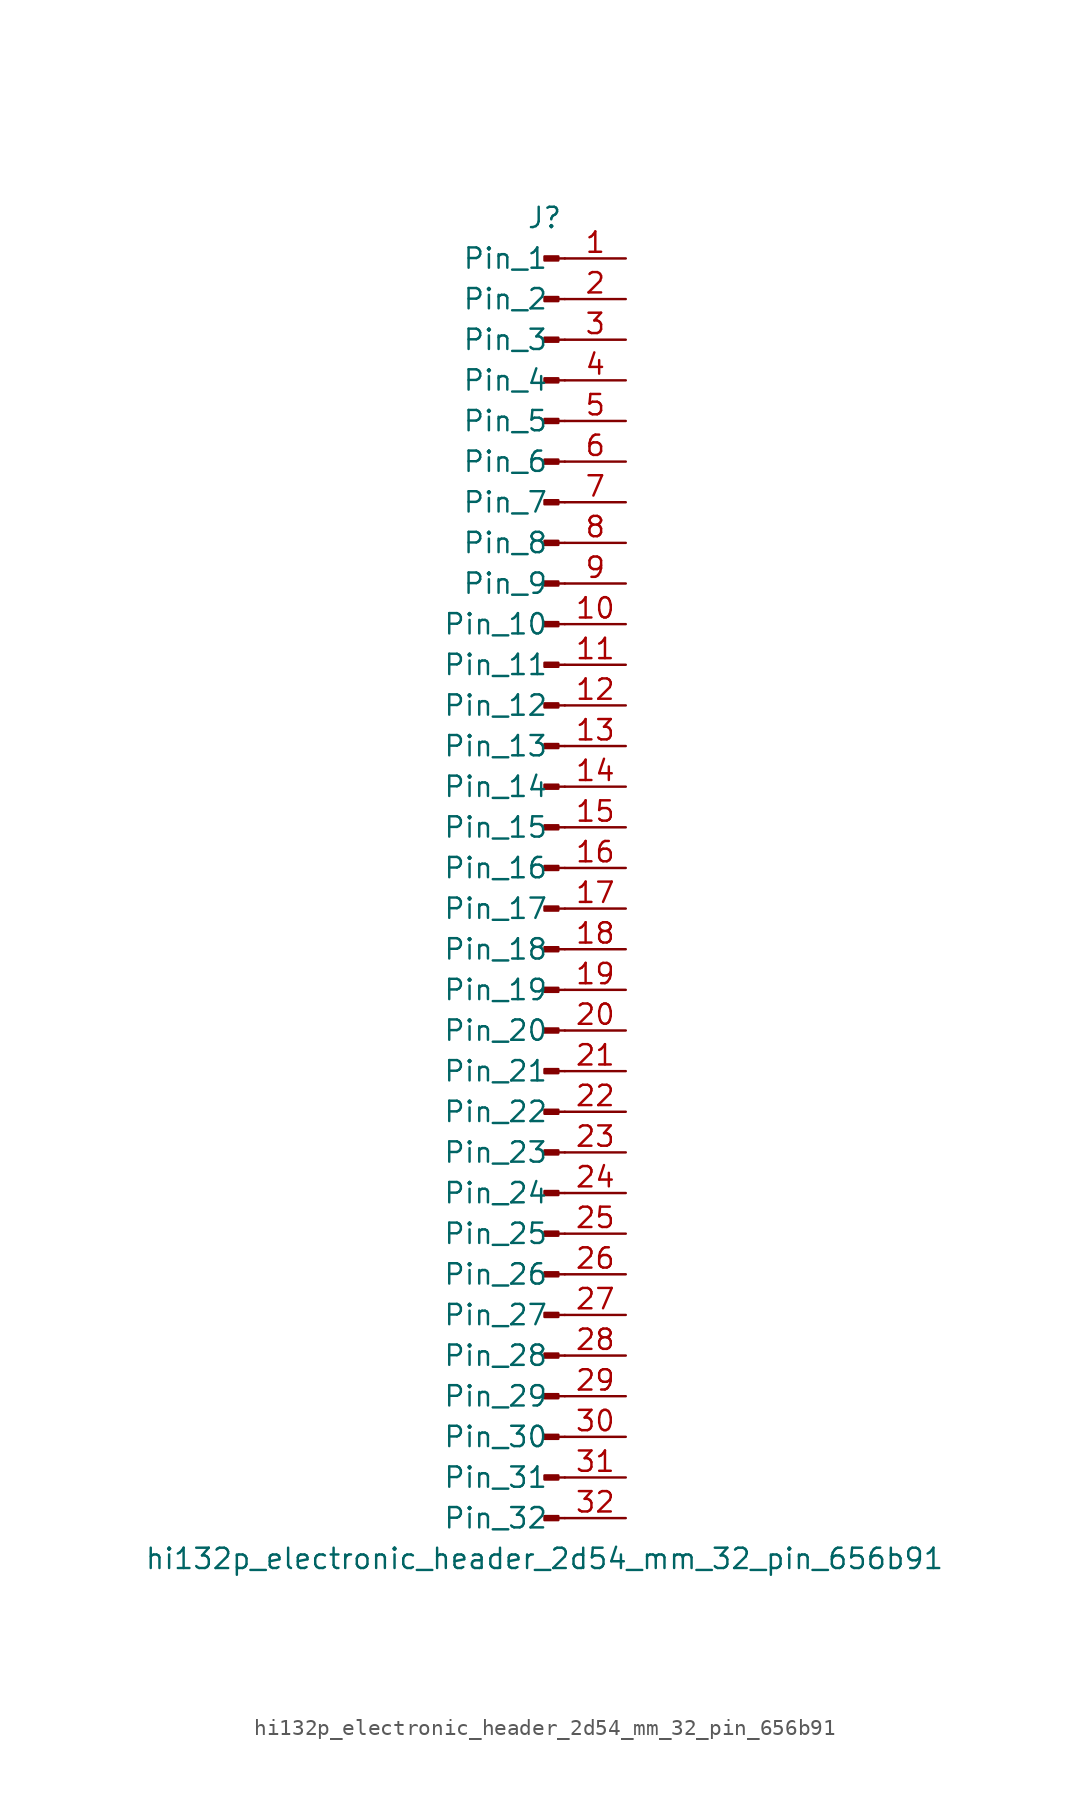
<source format=kicad_sym>
(kicad_symbol_lib
  (version 20220914)
  (generator kicad_symbol_editor)
  (symbol "hi132p_electronic_header_2d54_mm_32_pin_656b91"
    (pin_names
      (offset 1.016))
    (property "Reference" "J"
      (at 0 40.64 0)
      (effects (font (size 1.27 1.27))))
    (property "Value" "hi132p_electronic_header_2d54_mm_32_pin_656b91"
      (at 0 -43.18 0)
      (effects (font (size 1.27 1.27))))
    (property "ki_locked" ""
      (at 0 0 0)
      (effects (font (size 1.27 1.27))))
    (symbol "hi132p_electronic_header_2d54_mm_32_pin_656b91_1_1"
      (polyline (pts (xy 1.27 -40.64) (xy 0.864 -40.64)) (stroke (width 0.152) (type default)) (fill (type none)))
      (polyline (pts (xy 1.27 -38.1) (xy 0.864 -38.1)) (stroke (width 0.152) (type default)) (fill (type none)))
      (polyline (pts (xy 1.27 -35.56) (xy 0.864 -35.56)) (stroke (width 0.152) (type default)) (fill (type none)))
      (polyline (pts (xy 1.27 -33.02) (xy 0.864 -33.02)) (stroke (width 0.152) (type default)) (fill (type none)))
      (polyline (pts (xy 1.27 -30.48) (xy 0.864 -30.48)) (stroke (width 0.152) (type default)) (fill (type none)))
      (polyline (pts (xy 1.27 -27.94) (xy 0.864 -27.94)) (stroke (width 0.152) (type default)) (fill (type none)))
      (polyline (pts (xy 1.27 -25.4) (xy 0.864 -25.4)) (stroke (width 0.152) (type default)) (fill (type none)))
      (polyline (pts (xy 1.27 -22.86) (xy 0.864 -22.86)) (stroke (width 0.152) (type default)) (fill (type none)))
      (polyline (pts (xy 1.27 -20.32) (xy 0.864 -20.32)) (stroke (width 0.152) (type default)) (fill (type none)))
      (polyline (pts (xy 1.27 -17.78) (xy 0.864 -17.78)) (stroke (width 0.152) (type default)) (fill (type none)))
      (polyline (pts (xy 1.27 -15.24) (xy 0.864 -15.24)) (stroke (width 0.152) (type default)) (fill (type none)))
      (polyline (pts (xy 1.27 -12.7) (xy 0.864 -12.7)) (stroke (width 0.152) (type default)) (fill (type none)))
      (polyline (pts (xy 1.27 -10.16) (xy 0.864 -10.16)) (stroke (width 0.152) (type default)) (fill (type none)))
      (polyline (pts (xy 1.27 -7.62) (xy 0.864 -7.62)) (stroke (width 0.152) (type default)) (fill (type none)))
      (polyline (pts (xy 1.27 -5.08) (xy 0.864 -5.08)) (stroke (width 0.152) (type default)) (fill (type none)))
      (polyline (pts (xy 1.27 -2.54) (xy 0.864 -2.54)) (stroke (width 0.152) (type default)) (fill (type none)))
      (polyline (pts (xy 1.27 0) (xy 0.864 0)) (stroke (width 0.152) (type default)) (fill (type none)))
      (polyline (pts (xy 1.27 2.54) (xy 0.864 2.54)) (stroke (width 0.152) (type default)) (fill (type none)))
      (polyline (pts (xy 1.27 5.08) (xy 0.864 5.08)) (stroke (width 0.152) (type default)) (fill (type none)))
      (polyline (pts (xy 1.27 7.62) (xy 0.864 7.62)) (stroke (width 0.152) (type default)) (fill (type none)))
      (polyline (pts (xy 1.27 10.16) (xy 0.864 10.16)) (stroke (width 0.152) (type default)) (fill (type none)))
      (polyline (pts (xy 1.27 12.7) (xy 0.864 12.7)) (stroke (width 0.152) (type default)) (fill (type none)))
      (polyline (pts (xy 1.27 15.24) (xy 0.864 15.24)) (stroke (width 0.152) (type default)) (fill (type none)))
      (polyline (pts (xy 1.27 17.78) (xy 0.864 17.78)) (stroke (width 0.152) (type default)) (fill (type none)))
      (polyline (pts (xy 1.27 20.32) (xy 0.864 20.32)) (stroke (width 0.152) (type default)) (fill (type none)))
      (polyline (pts (xy 1.27 22.86) (xy 0.864 22.86)) (stroke (width 0.152) (type default)) (fill (type none)))
      (polyline (pts (xy 1.27 25.4) (xy 0.864 25.4)) (stroke (width 0.152) (type default)) (fill (type none)))
      (polyline (pts (xy 1.27 27.94) (xy 0.864 27.94)) (stroke (width 0.152) (type default)) (fill (type none)))
      (polyline (pts (xy 1.27 30.48) (xy 0.864 30.48)) (stroke (width 0.152) (type default)) (fill (type none)))
      (polyline (pts (xy 1.27 33.02) (xy 0.864 33.02)) (stroke (width 0.152) (type default)) (fill (type none)))
      (polyline (pts (xy 1.27 35.56) (xy 0.864 35.56)) (stroke (width 0.152) (type default)) (fill (type none)))
      (polyline (pts (xy 1.27 38.1) (xy 0.864 38.1)) (stroke (width 0.152) (type default)) (fill (type none)))
      (rectangle (start 0.864 -40.513) (end 0 -40.767) (stroke (width 0.152) (type default)) (fill (type outline)))
      (rectangle (start 0.864 -37.973) (end 0 -38.227) (stroke (width 0.152) (type default)) (fill (type outline)))
      (rectangle (start 0.864 -35.433) (end 0 -35.687) (stroke (width 0.152) (type default)) (fill (type outline)))
      (rectangle (start 0.864 -32.893) (end 0 -33.147) (stroke (width 0.152) (type default)) (fill (type outline)))
      (rectangle (start 0.864 -30.353) (end 0 -30.607) (stroke (width 0.152) (type default)) (fill (type outline)))
      (rectangle (start 0.864 -27.813) (end 0 -28.067) (stroke (width 0.152) (type default)) (fill (type outline)))
      (rectangle (start 0.864 -25.273) (end 0 -25.527) (stroke (width 0.152) (type default)) (fill (type outline)))
      (rectangle (start 0.864 -22.733) (end 0 -22.987) (stroke (width 0.152) (type default)) (fill (type outline)))
      (rectangle (start 0.864 -20.193) (end 0 -20.447) (stroke (width 0.152) (type default)) (fill (type outline)))
      (rectangle (start 0.864 -17.653) (end 0 -17.907) (stroke (width 0.152) (type default)) (fill (type outline)))
      (rectangle (start 0.864 -15.113) (end 0 -15.367) (stroke (width 0.152) (type default)) (fill (type outline)))
      (rectangle (start 0.864 -12.573) (end 0 -12.827) (stroke (width 0.152) (type default)) (fill (type outline)))
      (rectangle (start 0.864 -10.033) (end 0 -10.287) (stroke (width 0.152) (type default)) (fill (type outline)))
      (rectangle (start 0.864 -7.493) (end 0 -7.747) (stroke (width 0.152) (type default)) (fill (type outline)))
      (rectangle (start 0.864 -4.953) (end 0 -5.207) (stroke (width 0.152) (type default)) (fill (type outline)))
      (rectangle (start 0.864 -2.413) (end 0 -2.667) (stroke (width 0.152) (type default)) (fill (type outline)))
      (rectangle (start 0.864 0.127) (end 0 -0.127) (stroke (width 0.152) (type default)) (fill (type outline)))
      (rectangle (start 0.864 2.667) (end 0 2.413) (stroke (width 0.152) (type default)) (fill (type outline)))
      (rectangle (start 0.864 5.207) (end 0 4.953) (stroke (width 0.152) (type default)) (fill (type outline)))
      (rectangle (start 0.864 7.747) (end 0 7.493) (stroke (width 0.152) (type default)) (fill (type outline)))
      (rectangle (start 0.864 10.287) (end 0 10.033) (stroke (width 0.152) (type default)) (fill (type outline)))
      (rectangle (start 0.864 12.827) (end 0 12.573) (stroke (width 0.152) (type default)) (fill (type outline)))
      (rectangle (start 0.864 15.367) (end 0 15.113) (stroke (width 0.152) (type default)) (fill (type outline)))
      (rectangle (start 0.864 17.907) (end 0 17.653) (stroke (width 0.152) (type default)) (fill (type outline)))
      (rectangle (start 0.864 20.447) (end 0 20.193) (stroke (width 0.152) (type default)) (fill (type outline)))
      (rectangle (start 0.864 22.987) (end 0 22.733) (stroke (width 0.152) (type default)) (fill (type outline)))
      (rectangle (start 0.864 25.527) (end 0 25.273) (stroke (width 0.152) (type default)) (fill (type outline)))
      (rectangle (start 0.864 28.067) (end 0 27.813) (stroke (width 0.152) (type default)) (fill (type outline)))
      (rectangle (start 0.864 30.607) (end 0 30.353) (stroke (width 0.152) (type default)) (fill (type outline)))
      (rectangle (start 0.864 33.147) (end 0 32.893) (stroke (width 0.152) (type default)) (fill (type outline)))
      (rectangle (start 0.864 35.687) (end 0 35.433) (stroke (width 0.152) (type default)) (fill (type outline)))
      (rectangle (start 0.864 38.227) (end 0 37.973) (stroke (width 0.152) (type default)) (fill (type outline)))
      (pin passive line (at 5.08 38.1 180) (length 3.81) (name "Pin_1" (effects (font (size 1.27 1.27)))) (number "1" (effects (font (size 1.27 1.27)))))
      (pin passive line (at 5.08 15.24 180) (length 3.81) (name "Pin_10" (effects (font (size 1.27 1.27)))) (number "10" (effects (font (size 1.27 1.27)))))
      (pin passive line (at 5.08 12.7 180) (length 3.81) (name "Pin_11" (effects (font (size 1.27 1.27)))) (number "11" (effects (font (size 1.27 1.27)))))
      (pin passive line (at 5.08 10.16 180) (length 3.81) (name "Pin_12" (effects (font (size 1.27 1.27)))) (number "12" (effects (font (size 1.27 1.27)))))
      (pin passive line (at 5.08 7.62 180) (length 3.81) (name "Pin_13" (effects (font (size 1.27 1.27)))) (number "13" (effects (font (size 1.27 1.27)))))
      (pin passive line (at 5.08 5.08 180) (length 3.81) (name "Pin_14" (effects (font (size 1.27 1.27)))) (number "14" (effects (font (size 1.27 1.27)))))
      (pin passive line (at 5.08 2.54 180) (length 3.81) (name "Pin_15" (effects (font (size 1.27 1.27)))) (number "15" (effects (font (size 1.27 1.27)))))
      (pin passive line (at 5.08 0 180) (length 3.81) (name "Pin_16" (effects (font (size 1.27 1.27)))) (number "16" (effects (font (size 1.27 1.27)))))
      (pin passive line (at 5.08 -2.54 180) (length 3.81) (name "Pin_17" (effects (font (size 1.27 1.27)))) (number "17" (effects (font (size 1.27 1.27)))))
      (pin passive line (at 5.08 -5.08 180) (length 3.81) (name "Pin_18" (effects (font (size 1.27 1.27)))) (number "18" (effects (font (size 1.27 1.27)))))
      (pin passive line (at 5.08 -7.62 180) (length 3.81) (name "Pin_19" (effects (font (size 1.27 1.27)))) (number "19" (effects (font (size 1.27 1.27)))))
      (pin passive line (at 5.08 35.56 180) (length 3.81) (name "Pin_2" (effects (font (size 1.27 1.27)))) (number "2" (effects (font (size 1.27 1.27)))))
      (pin passive line (at 5.08 -10.16 180) (length 3.81) (name "Pin_20" (effects (font (size 1.27 1.27)))) (number "20" (effects (font (size 1.27 1.27)))))
      (pin passive line (at 5.08 -12.7 180) (length 3.81) (name "Pin_21" (effects (font (size 1.27 1.27)))) (number "21" (effects (font (size 1.27 1.27)))))
      (pin passive line (at 5.08 -15.24 180) (length 3.81) (name "Pin_22" (effects (font (size 1.27 1.27)))) (number "22" (effects (font (size 1.27 1.27)))))
      (pin passive line (at 5.08 -17.78 180) (length 3.81) (name "Pin_23" (effects (font (size 1.27 1.27)))) (number "23" (effects (font (size 1.27 1.27)))))
      (pin passive line (at 5.08 -20.32 180) (length 3.81) (name "Pin_24" (effects (font (size 1.27 1.27)))) (number "24" (effects (font (size 1.27 1.27)))))
      (pin passive line (at 5.08 -22.86 180) (length 3.81) (name "Pin_25" (effects (font (size 1.27 1.27)))) (number "25" (effects (font (size 1.27 1.27)))))
      (pin passive line (at 5.08 -25.4 180) (length 3.81) (name "Pin_26" (effects (font (size 1.27 1.27)))) (number "26" (effects (font (size 1.27 1.27)))))
      (pin passive line (at 5.08 -27.94 180) (length 3.81) (name "Pin_27" (effects (font (size 1.27 1.27)))) (number "27" (effects (font (size 1.27 1.27)))))
      (pin passive line (at 5.08 -30.48 180) (length 3.81) (name "Pin_28" (effects (font (size 1.27 1.27)))) (number "28" (effects (font (size 1.27 1.27)))))
      (pin passive line (at 5.08 -33.02 180) (length 3.81) (name "Pin_29" (effects (font (size 1.27 1.27)))) (number "29" (effects (font (size 1.27 1.27)))))
      (pin passive line (at 5.08 33.02 180) (length 3.81) (name "Pin_3" (effects (font (size 1.27 1.27)))) (number "3" (effects (font (size 1.27 1.27)))))
      (pin passive line (at 5.08 -35.56 180) (length 3.81) (name "Pin_30" (effects (font (size 1.27 1.27)))) (number "30" (effects (font (size 1.27 1.27)))))
      (pin passive line (at 5.08 -38.1 180) (length 3.81) (name "Pin_31" (effects (font (size 1.27 1.27)))) (number "31" (effects (font (size 1.27 1.27)))))
      (pin passive line (at 5.08 -40.64 180) (length 3.81) (name "Pin_32" (effects (font (size 1.27 1.27)))) (number "32" (effects (font (size 1.27 1.27)))))
      (pin passive line (at 5.08 30.48 180) (length 3.81) (name "Pin_4" (effects (font (size 1.27 1.27)))) (number "4" (effects (font (size 1.27 1.27)))))
      (pin passive line (at 5.08 27.94 180) (length 3.81) (name "Pin_5" (effects (font (size 1.27 1.27)))) (number "5" (effects (font (size 1.27 1.27)))))
      (pin passive line (at 5.08 25.4 180) (length 3.81) (name "Pin_6" (effects (font (size 1.27 1.27)))) (number "6" (effects (font (size 1.27 1.27)))))
      (pin passive line (at 5.08 22.86 180) (length 3.81) (name "Pin_7" (effects (font (size 1.27 1.27)))) (number "7" (effects (font (size 1.27 1.27)))))
      (pin passive line (at 5.08 20.32 180) (length 3.81) (name "Pin_8" (effects (font (size 1.27 1.27)))) (number "8" (effects (font (size 1.27 1.27)))))
      (pin passive line (at 5.08 17.78 180) (length 3.81) (name "Pin_9" (effects (font (size 1.27 1.27)))) (number "9" (effects (font (size 1.27 1.27))))))))
</source>
